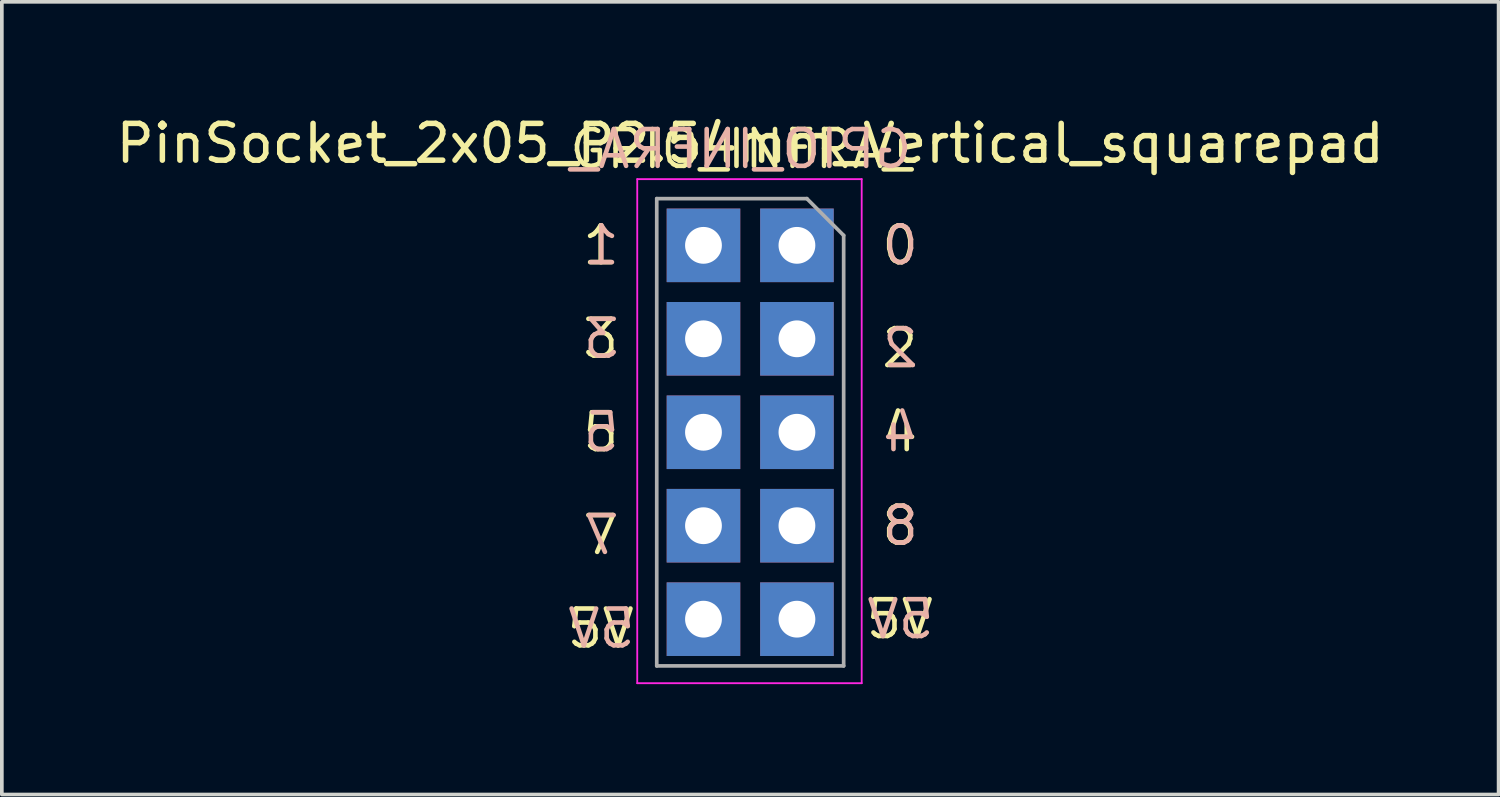
<source format=kicad_pcb>
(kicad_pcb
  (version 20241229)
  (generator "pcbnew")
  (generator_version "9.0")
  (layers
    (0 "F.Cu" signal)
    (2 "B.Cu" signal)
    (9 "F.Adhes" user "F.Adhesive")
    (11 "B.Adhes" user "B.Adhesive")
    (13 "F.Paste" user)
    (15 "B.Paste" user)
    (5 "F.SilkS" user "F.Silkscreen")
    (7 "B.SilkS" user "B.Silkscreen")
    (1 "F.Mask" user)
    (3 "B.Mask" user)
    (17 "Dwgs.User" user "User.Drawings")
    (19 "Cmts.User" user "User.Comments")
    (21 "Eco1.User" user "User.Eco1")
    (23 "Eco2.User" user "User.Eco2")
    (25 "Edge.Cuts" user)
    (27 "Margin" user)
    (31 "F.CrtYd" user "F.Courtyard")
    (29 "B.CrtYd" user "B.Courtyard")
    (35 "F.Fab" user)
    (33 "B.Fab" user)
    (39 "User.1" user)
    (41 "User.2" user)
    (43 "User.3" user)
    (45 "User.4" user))
  (footprint "PinSocket_2x05_P2.54mm_Vertical_squarepad"
    (layer "F.Cu")
    (at 18.609 3.618)
    (property "Reference" "PinSocket_2x05_P2.54mm_Vertical_squarepad" (at -1.27 -2.77 0) (layer "F.SilkS") (effects (font (size 1 1) (thickness 0.15))))
    (attr through_hole)
    (fp_line (start -4.34 -1.8) (end 1.76 -1.8) (stroke (width 0.05) (type solid)) (layer "F.CrtYd"))
    (fp_line (start -4.34 11.9) (end -4.34 -1.8) (stroke (width 0.05) (type solid)) (layer "F.CrtYd"))
    (fp_line (start 1.76 -1.8) (end 1.76 11.9) (stroke (width 0.05) (type solid)) (layer "F.CrtYd"))
    (fp_line (start 1.76 11.9) (end -4.34 11.9) (stroke (width 0.05) (type solid)) (layer "F.CrtYd"))
    (fp_line (start -3.81 -1.27) (end 0.27 -1.27) (stroke (width 0.1) (type solid)) (layer "F.Fab"))
    (fp_line (start -3.81 11.43) (end -3.81 -1.27) (stroke (width 0.1) (type solid)) (layer "F.Fab"))
    (fp_line (start 0.27 -1.27) (end 1.27 -0.27) (stroke (width 0.1) (type solid)) (layer "F.Fab"))
    (fp_line (start 1.27 -0.27) (end 1.27 11.43) (stroke (width 0.1) (type solid)) (layer "F.Fab"))
    (fp_line (start 1.27 11.43) (end -3.81 11.43) (stroke (width 0.1) (type solid)) (layer "F.Fab"))
    (fp_line (start -3.87 -1.33) (end -3.87 11.43) (stroke (width 0.12) (type solid)) (layer "User.9"))
    (fp_line (start -3.87 -1.33) (end -1.27 -1.33) (stroke (width 0.12) (type solid)) (layer "User.9"))
    (fp_line (start -3.87 11.43) (end 1.33 11.43) (stroke (width 0.12) (type solid)) (layer "User.9"))
    (fp_line (start -3.87 11.43) (end 1.33 11.43) (stroke (width 0.12) (type solid)) (layer "User.9"))
    (fp_line (start -1.27 -1.33) (end -1.27 1.27) (stroke (width 0.12) (type solid)) (layer "User.9"))
    (fp_line (start -1.27 1.27) (end 1.33 1.27) (stroke (width 0.12) (type solid)) (layer "User.9"))
    (fp_line (start 0 -1.33) (end 1.33 -1.33) (stroke (width 0.12) (type solid)) (layer "User.9"))
    (fp_line (start 1.33 -1.33) (end 1.33 0) (stroke (width 0.12) (type solid)) (layer "User.9"))
    (fp_line (start 1.33 1.27) (end 1.33 11.43) (stroke (width 0.12) (type solid)) (layer "User.9"))
    (fp_text user "2" (at 2.794 2.794 0) (unlocked yes) (layer "F.SilkS") (effects (font (size 1 1) (thickness 0.125))))
    (fp_text user "7" (at -5.334 7.874 0) (unlocked yes) (layer "F.SilkS") (effects (font (size 1 1) (thickness 0.125))))
    (fp_text user "GPIO_INFRA_" (at -1.524 -2.032 0) (unlocked yes) (layer "F.SilkS") (effects (font (size 1 1) (thickness 0.125)) (justify bottom)))
    (fp_text user "8" (at 2.794 7.62 0) (unlocked yes) (layer "F.SilkS") (effects (font (size 1 1) (thickness 0.125))))
    (fp_text user "1" (at -5.334 0 0) (unlocked yes) (layer "F.SilkS") (effects (font (size 1 1) (thickness 0.125))))
    (fp_text user "4" (at 2.794 5.08 0) (unlocked yes) (layer "F.SilkS") (effects (font (size 1 1) (thickness 0.125))))
    (fp_text user "5V" (at -5.334 10.414 0) (unlocked yes) (layer "F.SilkS") (effects (font (size 1 1) (thickness 0.125))))
    (fp_text user "3" (at -5.334 2.54 0) (unlocked yes) (layer "F.SilkS") (effects (font (size 1 1) (thickness 0.125))))
    (fp_text user "0" (at 2.794 0 0) (unlocked yes) (layer "F.SilkS") (effects (font (size 1 1) (thickness 0.125))))
    (fp_text user "5" (at -5.334 5.08 0) (unlocked yes) (layer "F.SilkS") (effects (font (size 1 1) (thickness 0.125))))
    (fp_text user "5V" (at 2.794 10.16 0) (unlocked yes) (layer "F.SilkS") (effects (font (size 1 1) (thickness 0.125))))
    (fp_text user "0" (at 2.814 0 0) (unlocked yes) (layer "B.SilkS") (effects (font (size 1 1) (thickness 0.125)) (justify mirror)))
    (fp_text user "5V" (at 2.814 10.16 0) (unlocked yes) (layer "B.SilkS") (effects (font (size 1 1) (thickness 0.125)) (justify mirror)))
    (fp_text user "8" (at 2.814 7.62 0) (unlocked yes) (layer "B.SilkS") (effects (font (size 1 1) (thickness 0.125)) (justify mirror)))
    (fp_text user "4" (at 2.814 5.08 0) (unlocked yes) (layer "B.SilkS") (effects (font (size 1 1) (thickness 0.125)) (justify mirror)))
    (fp_text user "5" (at -5.314 5.08 0) (unlocked yes) (layer "B.SilkS") (effects (font (size 1 1) (thickness 0.125)) (justify mirror)))
    (fp_text user "5V" (at -5.314 10.414 0) (unlocked yes) (layer "B.SilkS") (effects (font (size 1 1) (thickness 0.125)) (justify mirror)))
    (fp_text user "2" (at 2.814 2.794 0) (unlocked yes) (layer "B.SilkS") (effects (font (size 1 1) (thickness 0.125)) (justify mirror)))
    (fp_text user "3" (at -5.314 2.54 0) (unlocked yes) (layer "B.SilkS") (effects (font (size 1 1) (thickness 0.125)) (justify mirror)))
    (fp_text user "7" (at -5.314 7.874 0) (unlocked yes) (layer "B.SilkS") (effects (font (size 1 1) (thickness 0.125)) (justify mirror)))
    (fp_text user "GPIO_INFRA_" (at -1.524 -2.032 0) (unlocked yes) (layer "B.SilkS") (effects (font (size 1 1) (thickness 0.125)) (justify bottom mirror)))
    (fp_text user "1" (at -5.314 0 0) (unlocked yes) (layer "B.SilkS") (effects (font (size 1 1) (thickness 0.125)) (justify mirror)))
    (pad "1" thru_hole rect (at 0 0) (size 2 2) (drill 1) (layers "*.Cu" "*.Mask"))
    (pad "2" thru_hole rect (at -2.54 0) (size 2 2) (drill 1) (layers "*.Cu" "*.Mask"))
    (pad "3" thru_hole rect (at 0 2.54) (size 2 2) (drill 1) (layers "*.Cu" "*.Mask"))
    (pad "4" thru_hole rect (at -2.54 2.54) (size 2 2) (drill 1) (layers "*.Cu" "*.Mask"))
    (pad "5" thru_hole rect (at 0 5.08) (size 2 2) (drill 1) (layers "*.Cu" "*.Mask"))
    (pad "6" thru_hole rect (at -2.54 5.08) (size 2 2) (drill 1) (layers "*.Cu" "*.Mask"))
    (pad "7" thru_hole rect (at 0 7.62) (size 2 2) (drill 1) (layers "*.Cu" "*.Mask"))
    (pad "8" thru_hole rect (at -2.54 7.62) (size 2 2) (drill 1) (layers "*.Cu" "*.Mask"))
    (pad "9" thru_hole rect (at 0 10.16) (size 2 2) (drill 1) (layers "*.Cu" "*.Mask"))
    (pad "10" thru_hole rect (at -2.54 10.16) (size 2 2) (drill 1) (layers "*.Cu" "*.Mask")))
  (gr_rect
    (start -3 -3)
    (end 37.679 18.543)
    (stroke (width 0.1) (type default))
    (fill no)
    (layer "Edge.Cuts")))
</source>
